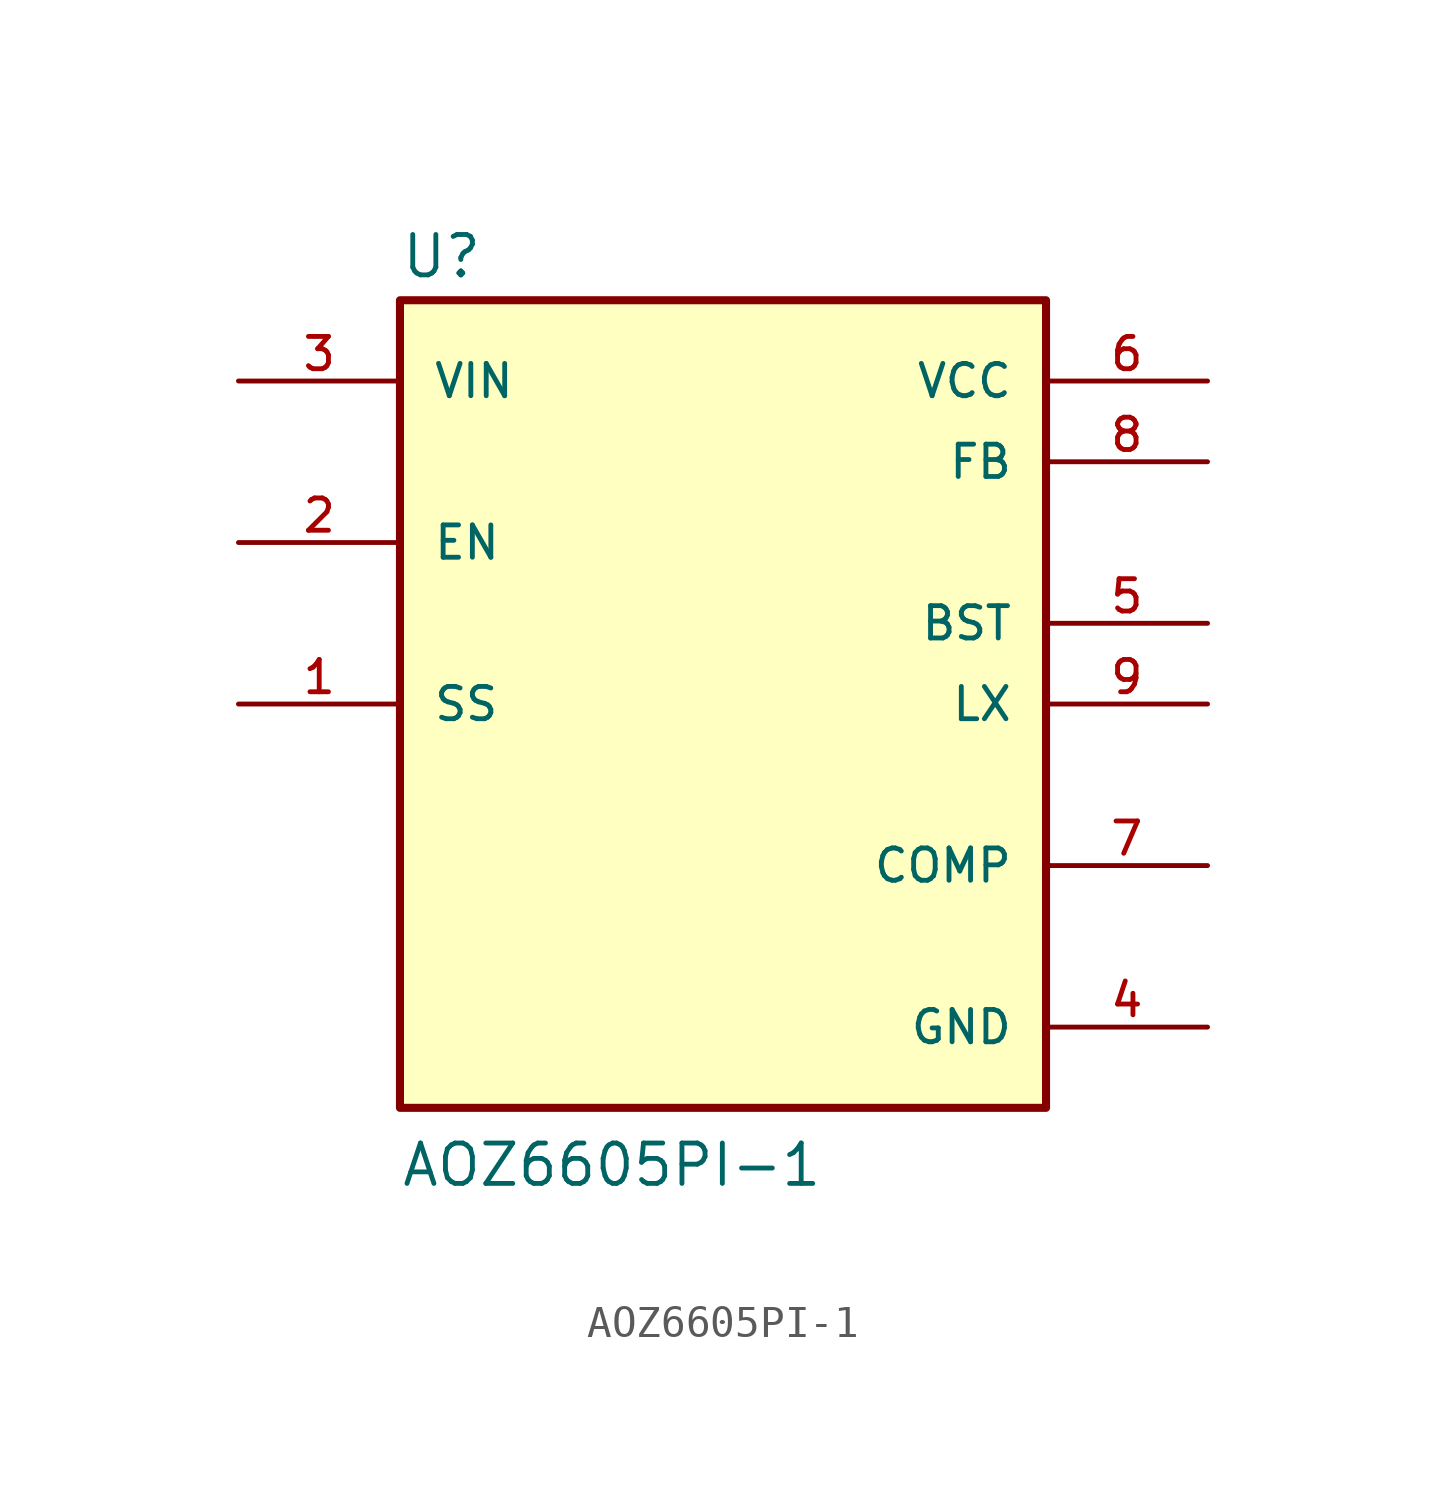
<source format=kicad_sym>
(kicad_symbol_lib
  (version 20211014)
  (generator kicad_symbol_editor)
  (symbol "AOZ6605PI-1"
    (pin_names
      (offset 1.016))
    (property "Reference" "U"
      (at -10.16 13.335 0)
      (effects (font (size 1.27 1.27)) (justify bottom left)))
    (property "Value" "AOZ6605PI-1"
      (at -10.16 -15.24 0)
      (effects (font (size 1.27 1.27)) (justify bottom left)))
    (symbol "AOZ6605PI-1_0_0"
      (rectangle (start -10.16 -12.7) (end 10.16 12.7) (stroke (width 0.254)) (fill (type background)))
      (pin input line (at -15.24 0.0 0) (length 5.08) (name "SS" (effects (font (size 1.016 1.016)))) (number "1" (effects (font (size 1.016 1.016)))))
      (pin input line (at -15.24 5.08 0) (length 5.08) (name "EN" (effects (font (size 1.016 1.016)))) (number "2" (effects (font (size 1.016 1.016)))))
      (pin input line (at -15.24 10.16 0) (length 5.08) (name "VIN" (effects (font (size 1.016 1.016)))) (number "3" (effects (font (size 1.016 1.016)))))
      (pin power_in line (at 15.24 -10.16 180.0) (length 5.08) (name "GND" (effects (font (size 1.016 1.016)))) (number "4" (effects (font (size 1.016 1.016)))))
      (pin passive line (at 15.24 2.54 180.0) (length 5.08) (name "BST" (effects (font (size 1.016 1.016)))) (number "5" (effects (font (size 1.016 1.016)))))
      (pin output line (at 15.24 10.16 180.0) (length 5.08) (name "VCC" (effects (font (size 1.016 1.016)))) (number "6" (effects (font (size 1.016 1.016)))))
      (pin output line (at 15.24 -5.08 180.0) (length 5.08) (name "COMP" (effects (font (size 1.016 1.016)))) (number "7" (effects (font (size 1.016 1.016)))))
      (pin input line (at 15.24 7.62 180.0) (length 5.08) (name "FB" (effects (font (size 1.016 1.016)))) (number "8" (effects (font (size 1.016 1.016)))))
      (pin passive line (at 15.24 0.0 180.0) (length 5.08) (name "LX" (effects (font (size 1.016 1.016)))) (number "9" (effects (font (size 1.016 1.016))))))))
</source>
